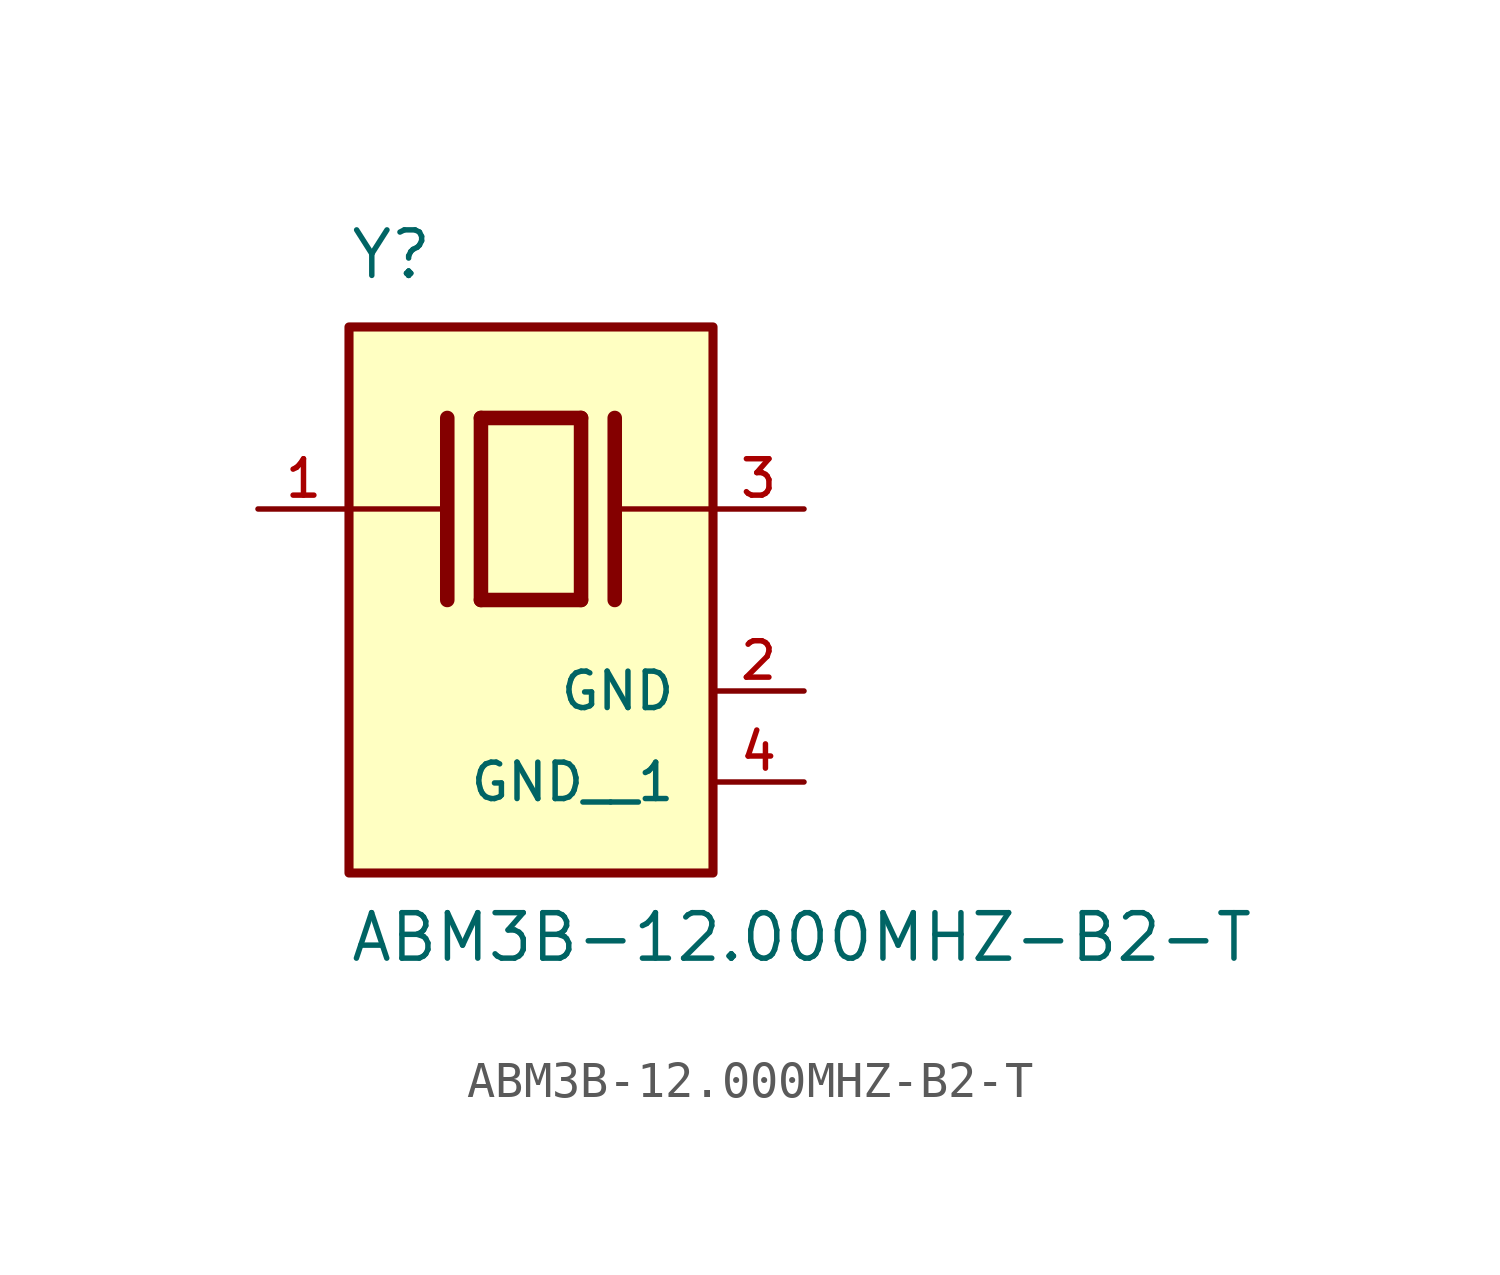
<source format=kicad_sym>
(kicad_symbol_lib
  (version 20211014)
  (generator kicad_symbol_editor)
  (symbol "ABM3B-12.000MHZ-B2-T"
    (pin_names
      (offset 1.016))
    (property "Reference" "Y"
      (at -5.088 6.356 0)
      (effects (font (size 1.27 1.27)) (justify bottom left)))
    (property "Value" "ABM3B-12.000MHZ-B2-T"
      (at -5.094 -12.7 0)
      (effects (font (size 1.27 1.27)) (justify bottom left)))
    (symbol "ABM3B-12.000MHZ-B2-T_0_0"
      (polyline (pts (xy -1.397 2.54) (xy 1.397 2.54)) (stroke (width 0.406)))
      (polyline (pts (xy 1.397 2.54) (xy 1.397 -2.54)) (stroke (width 0.406)))
      (polyline (pts (xy 1.397 -2.54) (xy -1.397 -2.54)) (stroke (width 0.406)))
      (polyline (pts (xy -1.397 2.54) (xy -1.397 -2.54)) (stroke (width 0.406)))
      (polyline (pts (xy 2.337 2.54) (xy 2.337 -2.54)) (stroke (width 0.406)))
      (polyline (pts (xy -2.337 2.54) (xy -2.337 -2.54)) (stroke (width 0.406)))
      (polyline (pts (xy -5.08 0.0) (xy -2.54 0.0)) (stroke (width 0.152)))
      (polyline (pts (xy 2.54 0.0) (xy 5.08 0.0)) (stroke (width 0.152)))
      (rectangle (start -5.08 -10.16) (end 5.08 5.08) (stroke (width 0.254)) (fill (type background)))
      (pin passive line (at 7.62 0.0 180.0) (length 2.54) (name "~" (effects (font (size 1.016 1.016)))) (number "3" (effects (font (size 1.016 1.016)))))
      (pin passive line (at -7.62 0.0 0) (length 2.54) (name "~" (effects (font (size 1.016 1.016)))) (number "1" (effects (font (size 1.016 1.016)))))
      (pin power_in line (at 7.62 -5.08 180.0) (length 2.54) (name "GND" (effects (font (size 1.016 1.016)))) (number "2" (effects (font (size 1.016 1.016)))))
      (pin power_in line (at 7.62 -7.62 180.0) (length 2.54) (name "GND__1" (effects (font (size 1.016 1.016)))) (number "4" (effects (font (size 1.016 1.016))))))))
</source>
